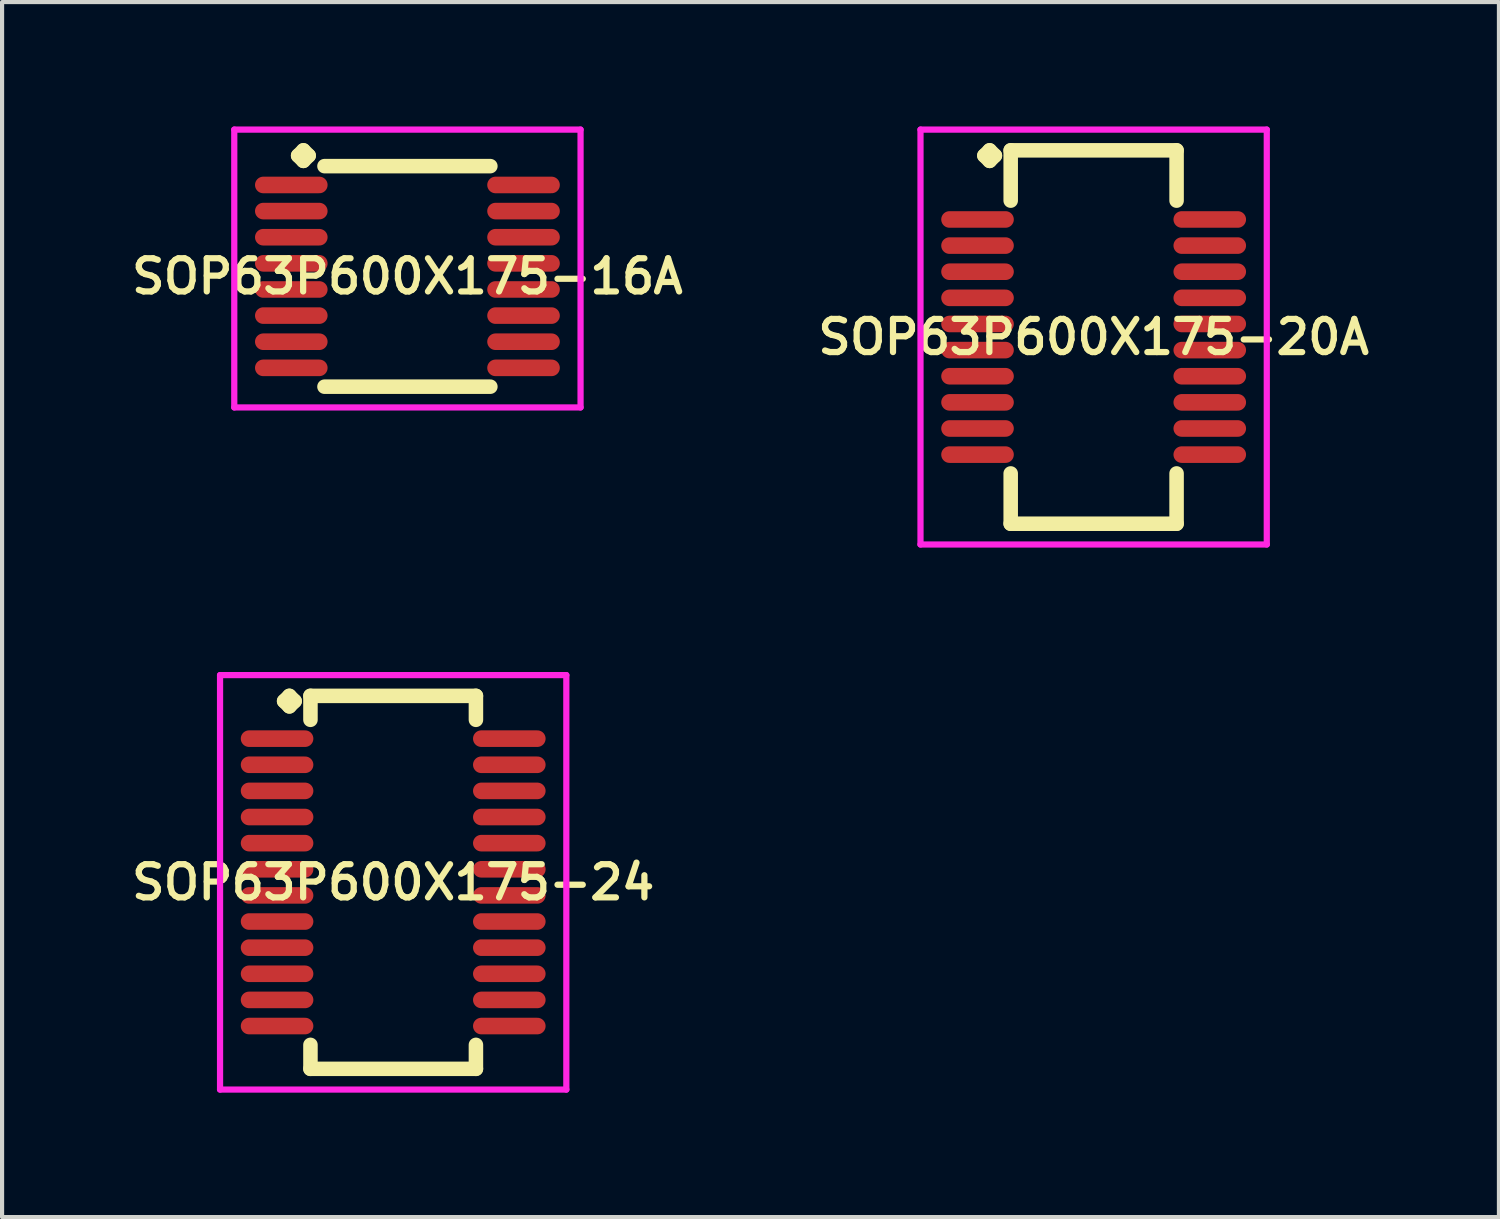
<source format=kicad_pcb>
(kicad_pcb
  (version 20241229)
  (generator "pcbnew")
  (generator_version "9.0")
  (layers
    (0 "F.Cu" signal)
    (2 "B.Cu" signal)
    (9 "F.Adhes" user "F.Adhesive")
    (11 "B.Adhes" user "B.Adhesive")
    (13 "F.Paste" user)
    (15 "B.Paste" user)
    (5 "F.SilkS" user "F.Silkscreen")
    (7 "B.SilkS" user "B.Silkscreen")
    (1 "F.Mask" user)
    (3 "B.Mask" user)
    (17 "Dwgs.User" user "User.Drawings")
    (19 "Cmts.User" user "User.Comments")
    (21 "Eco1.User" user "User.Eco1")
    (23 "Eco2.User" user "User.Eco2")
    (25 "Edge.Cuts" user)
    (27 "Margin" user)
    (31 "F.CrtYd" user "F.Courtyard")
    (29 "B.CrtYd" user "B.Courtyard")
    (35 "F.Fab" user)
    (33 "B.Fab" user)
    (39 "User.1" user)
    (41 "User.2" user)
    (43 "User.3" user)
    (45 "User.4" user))
  (footprint "SOP63P600X175-24"
    (layer "F.Cu")
    (at 6.431 18.226)
    (property "Reference" "SOP63P600X175-24" (at 0 0 0) (layer "F.SilkS") (effects (font (size 0.8 0.8) (thickness 0.15))))
    (attr smd)
    (fp_line (start -2.63 -4.37) (end -2.503 -4.497) (stroke (width 0.35) (type solid)) (layer "F.SilkS"))
    (fp_line (start -2.503 -4.497) (end -2.376 -4.37) (stroke (width 0.35) (type solid)) (layer "F.SilkS"))
    (fp_line (start -2.503 -4.243) (end -2.63 -4.37) (stroke (width 0.35) (type solid)) (layer "F.SilkS"))
    (fp_line (start -2.376 -4.37) (end -2.503 -4.243) (stroke (width 0.35) (type solid)) (layer "F.SilkS"))
    (fp_line (start -1.995 -4.497) (end 1.995 -4.497) (stroke (width 0.35) (type solid)) (layer "F.SilkS"))
    (fp_line (start -1.995 -3.919) (end -1.995 -4.497) (stroke (width 0.35) (type solid)) (layer "F.SilkS"))
    (fp_line (start -1.995 3.919) (end -1.995 4.497) (stroke (width 0.35) (type solid)) (layer "F.SilkS"))
    (fp_line (start -1.995 4.497) (end 1.995 4.497) (stroke (width 0.35) (type solid)) (layer "F.SilkS"))
    (fp_line (start 1.995 -4.497) (end 1.995 -3.919) (stroke (width 0.35) (type solid)) (layer "F.SilkS"))
    (fp_line (start 1.995 4.497) (end 1.995 3.919) (stroke (width 0.35) (type solid)) (layer "F.SilkS"))
    (fp_line (start -4.175 -4.997) (end 4.175 -4.997) (stroke (width 0.15) (type solid)) (layer "F.CrtYd"))
    (fp_line (start -4.175 4.997) (end -4.175 -4.997) (stroke (width 0.15) (type solid)) (layer "F.CrtYd"))
    (fp_line (start 4.175 -4.997) (end 4.175 4.997) (stroke (width 0.15) (type solid)) (layer "F.CrtYd"))
    (fp_line (start 4.175 4.997) (end -4.175 4.997) (stroke (width 0.15) (type solid)) (layer "F.CrtYd"))
    (pad "1" smd oval (at -2.8 -3.465) (size 1.75 0.4) (layers "F.Cu" "F.Mask" "F.Paste"))
    (pad "2" smd oval (at -2.8 -2.835) (size 1.75 0.4) (layers "F.Cu" "F.Mask" "F.Paste"))
    (pad "3" smd oval (at -2.8 -2.205) (size 1.75 0.4) (layers "F.Cu" "F.Mask" "F.Paste"))
    (pad "4" smd oval (at -2.8 -1.575) (size 1.75 0.4) (layers "F.Cu" "F.Mask" "F.Paste"))
    (pad "5" smd oval (at -2.8 -0.945) (size 1.75 0.4) (layers "F.Cu" "F.Mask" "F.Paste"))
    (pad "6" smd oval (at -2.8 -0.315) (size 1.75 0.4) (layers "F.Cu" "F.Mask" "F.Paste"))
    (pad "7" smd oval (at -2.8 0.315) (size 1.75 0.4) (layers "F.Cu" "F.Mask" "F.Paste"))
    (pad "8" smd oval (at -2.8 0.945) (size 1.75 0.4) (layers "F.Cu" "F.Mask" "F.Paste"))
    (pad "9" smd oval (at -2.8 1.575) (size 1.75 0.4) (layers "F.Cu" "F.Mask" "F.Paste"))
    (pad "10" smd oval (at -2.8 2.205) (size 1.75 0.4) (layers "F.Cu" "F.Mask" "F.Paste"))
    (pad "11" smd oval (at -2.8 2.835) (size 1.75 0.4) (layers "F.Cu" "F.Mask" "F.Paste"))
    (pad "12" smd oval (at -2.8 3.465) (size 1.75 0.4) (layers "F.Cu" "F.Mask" "F.Paste"))
    (pad "13" smd oval (at 2.8 3.465) (size 1.75 0.4) (layers "F.Cu" "F.Mask" "F.Paste"))
    (pad "14" smd oval (at 2.8 2.835) (size 1.75 0.4) (layers "F.Cu" "F.Mask" "F.Paste"))
    (pad "15" smd oval (at 2.8 2.205) (size 1.75 0.4) (layers "F.Cu" "F.Mask" "F.Paste"))
    (pad "16" smd oval (at 2.8 1.575) (size 1.75 0.4) (layers "F.Cu" "F.Mask" "F.Paste"))
    (pad "17" smd oval (at 2.8 0.945) (size 1.75 0.4) (layers "F.Cu" "F.Mask" "F.Paste"))
    (pad "18" smd oval (at 2.8 0.315) (size 1.75 0.4) (layers "F.Cu" "F.Mask" "F.Paste"))
    (pad "19" smd oval (at 2.8 -0.315) (size 1.75 0.4) (layers "F.Cu" "F.Mask" "F.Paste"))
    (pad "20" smd oval (at 2.8 -0.945) (size 1.75 0.4) (layers "F.Cu" "F.Mask" "F.Paste"))
    (pad "21" smd oval (at 2.8 -1.575) (size 1.75 0.4) (layers "F.Cu" "F.Mask" "F.Paste"))
    (pad "22" smd oval (at 2.8 -2.205) (size 1.75 0.4) (layers "F.Cu" "F.Mask" "F.Paste"))
    (pad "23" smd oval (at 2.8 -2.835) (size 1.75 0.4) (layers "F.Cu" "F.Mask" "F.Paste"))
    (pad "24" smd oval (at 2.8 -3.465) (size 1.75 0.4) (layers "F.Cu" "F.Mask" "F.Paste")))
  (footprint "SOP63P600X175-20A"
    (layer "F.Cu")
    (at 23.321 5.077)
    (property "Reference" "SOP63P600X175-20A" (at 0 0 0) (layer "F.SilkS") (effects (font (size 0.8 0.8) (thickness 0.15))))
    (attr smd)
    (fp_line (start -2.635 -4.375) (end -2.508 -4.502) (stroke (width 0.35) (type solid)) (layer "F.SilkS"))
    (fp_line (start -2.508 -4.502) (end -2.381 -4.375) (stroke (width 0.35) (type solid)) (layer "F.SilkS"))
    (fp_line (start -2.508 -4.248) (end -2.635 -4.375) (stroke (width 0.35) (type solid)) (layer "F.SilkS"))
    (fp_line (start -2.381 -4.375) (end -2.508 -4.248) (stroke (width 0.35) (type solid)) (layer "F.SilkS"))
    (fp_line (start -2 -4.502) (end 2 -4.502) (stroke (width 0.35) (type solid)) (layer "F.SilkS"))
    (fp_line (start -2 -3.289) (end -2 -4.502) (stroke (width 0.35) (type solid)) (layer "F.SilkS"))
    (fp_line (start -2 3.289) (end -2 4.502) (stroke (width 0.35) (type solid)) (layer "F.SilkS"))
    (fp_line (start -2 4.502) (end 2 4.502) (stroke (width 0.35) (type solid)) (layer "F.SilkS"))
    (fp_line (start 2 -4.502) (end 2 -3.289) (stroke (width 0.35) (type solid)) (layer "F.SilkS"))
    (fp_line (start 2 4.502) (end 2 3.289) (stroke (width 0.35) (type solid)) (layer "F.SilkS"))
    (fp_line (start -4.175 -5.002) (end 4.175 -5.002) (stroke (width 0.15) (type solid)) (layer "F.CrtYd"))
    (fp_line (start -4.175 5.002) (end -4.175 -5.002) (stroke (width 0.15) (type solid)) (layer "F.CrtYd"))
    (fp_line (start 4.175 -5.002) (end 4.175 5.002) (stroke (width 0.15) (type solid)) (layer "F.CrtYd"))
    (fp_line (start 4.175 5.002) (end -4.175 5.002) (stroke (width 0.15) (type solid)) (layer "F.CrtYd"))
    (pad "1" smd oval (at -2.8 -2.835) (size 1.75 0.4) (layers "F.Cu" "F.Mask" "F.Paste"))
    (pad "2" smd oval (at -2.8 -2.205) (size 1.75 0.4) (layers "F.Cu" "F.Mask" "F.Paste"))
    (pad "3" smd oval (at -2.8 -1.575) (size 1.75 0.4) (layers "F.Cu" "F.Mask" "F.Paste"))
    (pad "4" smd oval (at -2.8 -0.945) (size 1.75 0.4) (layers "F.Cu" "F.Mask" "F.Paste"))
    (pad "5" smd oval (at -2.8 -0.315) (size 1.75 0.4) (layers "F.Cu" "F.Mask" "F.Paste"))
    (pad "6" smd oval (at -2.8 0.315) (size 1.75 0.4) (layers "F.Cu" "F.Mask" "F.Paste"))
    (pad "7" smd oval (at -2.8 0.945) (size 1.75 0.4) (layers "F.Cu" "F.Mask" "F.Paste"))
    (pad "8" smd oval (at -2.8 1.575) (size 1.75 0.4) (layers "F.Cu" "F.Mask" "F.Paste"))
    (pad "9" smd oval (at -2.8 2.205) (size 1.75 0.4) (layers "F.Cu" "F.Mask" "F.Paste"))
    (pad "10" smd oval (at -2.8 2.835) (size 1.75 0.4) (layers "F.Cu" "F.Mask" "F.Paste"))
    (pad "11" smd oval (at 2.8 2.835) (size 1.75 0.4) (layers "F.Cu" "F.Mask" "F.Paste"))
    (pad "12" smd oval (at 2.8 2.205) (size 1.75 0.4) (layers "F.Cu" "F.Mask" "F.Paste"))
    (pad "13" smd oval (at 2.8 1.575) (size 1.75 0.4) (layers "F.Cu" "F.Mask" "F.Paste"))
    (pad "14" smd oval (at 2.8 0.945) (size 1.75 0.4) (layers "F.Cu" "F.Mask" "F.Paste"))
    (pad "15" smd oval (at 2.8 0.315) (size 1.75 0.4) (layers "F.Cu" "F.Mask" "F.Paste"))
    (pad "16" smd oval (at 2.8 -0.315) (size 1.75 0.4) (layers "F.Cu" "F.Mask" "F.Paste"))
    (pad "17" smd oval (at 2.8 -0.945) (size 1.75 0.4) (layers "F.Cu" "F.Mask" "F.Paste"))
    (pad "18" smd oval (at 2.8 -1.575) (size 1.75 0.4) (layers "F.Cu" "F.Mask" "F.Paste"))
    (pad "19" smd oval (at 2.8 -2.205) (size 1.75 0.4) (layers "F.Cu" "F.Mask" "F.Paste"))
    (pad "20" smd oval (at 2.8 -2.835) (size 1.75 0.4) (layers "F.Cu" "F.Mask" "F.Paste")))
  (footprint "SOP63P600X175-16A"
    (layer "F.Cu")
    (at 6.774 3.615)
    (property "Reference" "SOP63P600X175-16A" (at 0 0 0) (layer "F.SilkS") (effects (font (size 0.8 0.8) (thickness 0.15))))
    (attr smd)
    (fp_line (start -2.635 -2.913) (end -2.508 -3.04) (stroke (width 0.35) (type solid)) (layer "F.SilkS"))
    (fp_line (start -2.508 -3.04) (end -2.381 -2.913) (stroke (width 0.35) (type solid)) (layer "F.SilkS"))
    (fp_line (start -2.508 -2.786) (end -2.635 -2.913) (stroke (width 0.35) (type solid)) (layer "F.SilkS"))
    (fp_line (start -2.381 -2.913) (end -2.508 -2.786) (stroke (width 0.35) (type solid)) (layer "F.SilkS"))
    (fp_line (start -2 -2.659) (end 2 -2.659) (stroke (width 0.35) (type solid)) (layer "F.SilkS"))
    (fp_line (start -2 2.659) (end 2 2.659) (stroke (width 0.35) (type solid)) (layer "F.SilkS"))
    (fp_line (start -4.175 -3.54) (end 4.175 -3.54) (stroke (width 0.15) (type solid)) (layer "F.CrtYd"))
    (fp_line (start -4.175 3.159) (end -4.175 -3.54) (stroke (width 0.15) (type solid)) (layer "F.CrtYd"))
    (fp_line (start 4.175 -3.54) (end 4.175 3.159) (stroke (width 0.15) (type solid)) (layer "F.CrtYd"))
    (fp_line (start 4.175 3.159) (end -4.175 3.159) (stroke (width 0.15) (type solid)) (layer "F.CrtYd"))
    (pad "1" smd oval (at -2.8 -2.205) (size 1.75 0.4) (layers "F.Cu" "F.Mask" "F.Paste"))
    (pad "2" smd oval (at -2.8 -1.575) (size 1.75 0.4) (layers "F.Cu" "F.Mask" "F.Paste"))
    (pad "3" smd oval (at -2.8 -0.945) (size 1.75 0.4) (layers "F.Cu" "F.Mask" "F.Paste"))
    (pad "4" smd oval (at -2.8 -0.315) (size 1.75 0.4) (layers "F.Cu" "F.Mask" "F.Paste"))
    (pad "5" smd oval (at -2.8 0.315) (size 1.75 0.4) (layers "F.Cu" "F.Mask" "F.Paste"))
    (pad "6" smd oval (at -2.8 0.945) (size 1.75 0.4) (layers "F.Cu" "F.Mask" "F.Paste"))
    (pad "7" smd oval (at -2.8 1.575) (size 1.75 0.4) (layers "F.Cu" "F.Mask" "F.Paste"))
    (pad "8" smd oval (at -2.8 2.205) (size 1.75 0.4) (layers "F.Cu" "F.Mask" "F.Paste"))
    (pad "9" smd oval (at 2.8 2.205) (size 1.75 0.4) (layers "F.Cu" "F.Mask" "F.Paste"))
    (pad "10" smd oval (at 2.8 1.575) (size 1.75 0.4) (layers "F.Cu" "F.Mask" "F.Paste"))
    (pad "11" smd oval (at 2.8 0.945) (size 1.75 0.4) (layers "F.Cu" "F.Mask" "F.Paste"))
    (pad "12" smd oval (at 2.8 0.315) (size 1.75 0.4) (layers "F.Cu" "F.Mask" "F.Paste"))
    (pad "13" smd oval (at 2.8 -0.315) (size 1.75 0.4) (layers "F.Cu" "F.Mask" "F.Paste"))
    (pad "14" smd oval (at 2.8 -0.945) (size 1.75 0.4) (layers "F.Cu" "F.Mask" "F.Paste"))
    (pad "15" smd oval (at 2.8 -1.575) (size 1.75 0.4) (layers "F.Cu" "F.Mask" "F.Paste"))
    (pad "16" smd oval (at 2.8 -2.205) (size 1.75 0.4) (layers "F.Cu" "F.Mask" "F.Paste")))
  (gr_rect
    (start -3 -3)
    (end 33.094 26.298)
    (stroke (width 0.1) (type default))
    (fill no)
    (layer "Edge.Cuts")))
</source>
